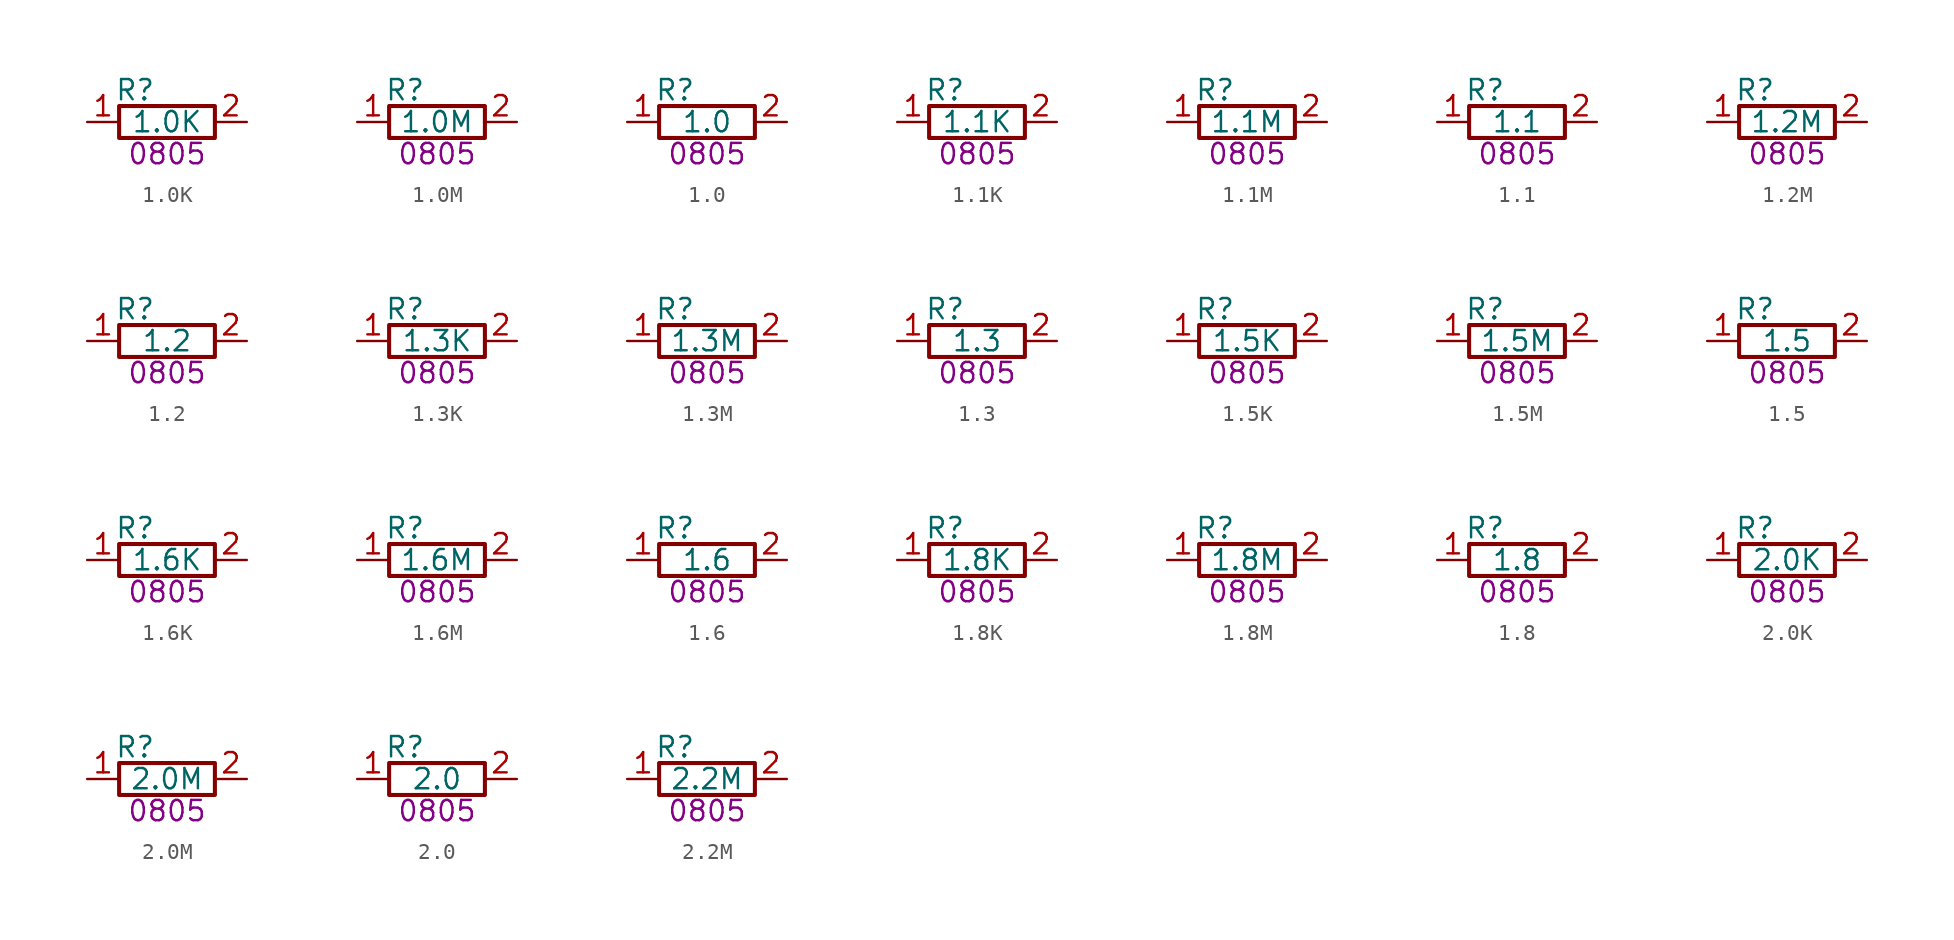
<source format=kicad_sym>
(kicad_symbol_lib
  (version 20211014)
  (generator kicad_symbol_editor)
  (symbol "1.0K"
    (property "Reference" "R"
      (at -2 1 0)
      (effects (font (size 1.27 1.27))))
    (property "Value" "1.0K"
      (at 0 -1 0)
      (effects (font (size 1.27 1.27))))
    (property "Size" "0805"
      (at 0 -3 0)
      (effects (font (size 1.27 1.27))))
    (symbol "1.0K_0_1"
      (rectangle (start -3 0) (end 3 -2) (stroke (width 0.254) (type default) (color 0 0 0 0)) (fill (type none))))
    (symbol "1.0K_1_1"
      (pin passive line (at -5 -1 0) (length 2) (name "~" (effects (font (size 1.27 1.27)))) (number "1" (effects (font (size 1.27 1.27)))))
      (pin passive line (at 5 -1 180) (length 2) (name "~" (effects (font (size 1.27 1.27)))) (number "2" (effects (font (size 1.27 1.27)))))))
  (symbol "1.0M"
    (property "Reference" "R"
      (at -2 1 0)
      (effects (font (size 1.27 1.27))))
    (property "Value" "1.0M"
      (at 0 -1 0)
      (effects (font (size 1.27 1.27))))
    (property "Size" "0805"
      (at 0 -3 0)
      (effects (font (size 1.27 1.27))))
    (symbol "1.0M_0_1"
      (rectangle (start -3 0) (end 3 -2) (stroke (width 0.254) (type default) (color 0 0 0 0)) (fill (type none))))
    (symbol "1.0M_1_1"
      (pin passive line (at -5 -1 0) (length 2) (name "~" (effects (font (size 1.27 1.27)))) (number "1" (effects (font (size 1.27 1.27)))))
      (pin passive line (at 5 -1 180) (length 2) (name "~" (effects (font (size 1.27 1.27)))) (number "2" (effects (font (size 1.27 1.27)))))))
  (symbol "1.0"
    (property "Reference" "R"
      (at -2 1 0)
      (effects (font (size 1.27 1.27))))
    (property "Value" "1.0"
      (at 0 -1 0)
      (effects (font (size 1.27 1.27))))
    (property "Size" "0805"
      (at 0 -3 0)
      (effects (font (size 1.27 1.27))))
    (symbol "1.0_0_1"
      (rectangle (start -3 0) (end 3 -2) (stroke (width 0.254) (type default) (color 0 0 0 0)) (fill (type none))))
    (symbol "1.0_1_1"
      (pin passive line (at -5 -1 0) (length 2) (name "~" (effects (font (size 1.27 1.27)))) (number "1" (effects (font (size 1.27 1.27)))))
      (pin passive line (at 5 -1 180) (length 2) (name "~" (effects (font (size 1.27 1.27)))) (number "2" (effects (font (size 1.27 1.27)))))))
  (symbol "1.1K"
    (property "Reference" "R"
      (at -2 1 0)
      (effects (font (size 1.27 1.27))))
    (property "Value" "1.1K"
      (at 0 -1 0)
      (effects (font (size 1.27 1.27))))
    (property "Size" "0805"
      (at 0 -3 0)
      (effects (font (size 1.27 1.27))))
    (symbol "1.1K_0_1"
      (rectangle (start -3 0) (end 3 -2) (stroke (width 0.254) (type default) (color 0 0 0 0)) (fill (type none))))
    (symbol "1.1K_1_1"
      (pin passive line (at -5 -1 0) (length 2) (name "~" (effects (font (size 1.27 1.27)))) (number "1" (effects (font (size 1.27 1.27)))))
      (pin passive line (at 5 -1 180) (length 2) (name "~" (effects (font (size 1.27 1.27)))) (number "2" (effects (font (size 1.27 1.27)))))))
  (symbol "1.1M"
    (property "Reference" "R"
      (at -2 1 0)
      (effects (font (size 1.27 1.27))))
    (property "Value" "1.1M"
      (at 0 -1 0)
      (effects (font (size 1.27 1.27))))
    (property "Size" "0805"
      (at 0 -3 0)
      (effects (font (size 1.27 1.27))))
    (symbol "1.1M_0_1"
      (rectangle (start -3 0) (end 3 -2) (stroke (width 0.254) (type default) (color 0 0 0 0)) (fill (type none))))
    (symbol "1.1M_1_1"
      (pin passive line (at -5 -1 0) (length 2) (name "~" (effects (font (size 1.27 1.27)))) (number "1" (effects (font (size 1.27 1.27)))))
      (pin passive line (at 5 -1 180) (length 2) (name "~" (effects (font (size 1.27 1.27)))) (number "2" (effects (font (size 1.27 1.27)))))))
  (symbol "1.1"
    (property "Reference" "R"
      (at -2 1 0)
      (effects (font (size 1.27 1.27))))
    (property "Value" "1.1"
      (at 0 -1 0)
      (effects (font (size 1.27 1.27))))
    (property "Size" "0805"
      (at 0 -3 0)
      (effects (font (size 1.27 1.27))))
    (symbol "1.1_0_1"
      (rectangle (start -3 0) (end 3 -2) (stroke (width 0.254) (type default) (color 0 0 0 0)) (fill (type none))))
    (symbol "1.1_1_1"
      (pin passive line (at -5 -1 0) (length 2) (name "~" (effects (font (size 1.27 1.27)))) (number "1" (effects (font (size 1.27 1.27)))))
      (pin passive line (at 5 -1 180) (length 2) (name "~" (effects (font (size 1.27 1.27)))) (number "2" (effects (font (size 1.27 1.27)))))))
  (symbol "1.2M"
    (property "Reference" "R"
      (at -2 1 0)
      (effects (font (size 1.27 1.27))))
    (property "Value" "1.2M"
      (at 0 -1 0)
      (effects (font (size 1.27 1.27))))
    (property "Size" "0805"
      (at 0 -3 0)
      (effects (font (size 1.27 1.27))))
    (symbol "1.2M_0_1"
      (rectangle (start -3 0) (end 3 -2) (stroke (width 0.254) (type default) (color 0 0 0 0)) (fill (type none))))
    (symbol "1.2M_1_1"
      (pin passive line (at -5 -1 0) (length 2) (name "~" (effects (font (size 1.27 1.27)))) (number "1" (effects (font (size 1.27 1.27)))))
      (pin passive line (at 5 -1 180) (length 2) (name "~" (effects (font (size 1.27 1.27)))) (number "2" (effects (font (size 1.27 1.27)))))))
  (symbol "1.2"
    (property "Reference" "R"
      (at -2 1 0)
      (effects (font (size 1.27 1.27))))
    (property "Value" "1.2"
      (at 0 -1 0)
      (effects (font (size 1.27 1.27))))
    (property "Size" "0805"
      (at 0 -3 0)
      (effects (font (size 1.27 1.27))))
    (symbol "1.2_0_1"
      (rectangle (start -3 0) (end 3 -2) (stroke (width 0.254) (type default) (color 0 0 0 0)) (fill (type none))))
    (symbol "1.2_1_1"
      (pin passive line (at -5 -1 0) (length 2) (name "~" (effects (font (size 1.27 1.27)))) (number "1" (effects (font (size 1.27 1.27)))))
      (pin passive line (at 5 -1 180) (length 2) (name "~" (effects (font (size 1.27 1.27)))) (number "2" (effects (font (size 1.27 1.27)))))))
  (symbol "1.3K"
    (property "Reference" "R"
      (at -2 1 0)
      (effects (font (size 1.27 1.27))))
    (property "Value" "1.3K"
      (at 0 -1 0)
      (effects (font (size 1.27 1.27))))
    (property "Size" "0805"
      (at 0 -3 0)
      (effects (font (size 1.27 1.27))))
    (symbol "1.3K_0_1"
      (rectangle (start -3 0) (end 3 -2) (stroke (width 0.254) (type default) (color 0 0 0 0)) (fill (type none))))
    (symbol "1.3K_1_1"
      (pin passive line (at -5 -1 0) (length 2) (name "~" (effects (font (size 1.27 1.27)))) (number "1" (effects (font (size 1.27 1.27)))))
      (pin passive line (at 5 -1 180) (length 2) (name "~" (effects (font (size 1.27 1.27)))) (number "2" (effects (font (size 1.27 1.27)))))))
  (symbol "1.3M"
    (property "Reference" "R"
      (at -2 1 0)
      (effects (font (size 1.27 1.27))))
    (property "Value" "1.3M"
      (at 0 -1 0)
      (effects (font (size 1.27 1.27))))
    (property "Size" "0805"
      (at 0 -3 0)
      (effects (font (size 1.27 1.27))))
    (symbol "1.3M_0_1"
      (rectangle (start -3 0) (end 3 -2) (stroke (width 0.254) (type default) (color 0 0 0 0)) (fill (type none))))
    (symbol "1.3M_1_1"
      (pin passive line (at -5 -1 0) (length 2) (name "~" (effects (font (size 1.27 1.27)))) (number "1" (effects (font (size 1.27 1.27)))))
      (pin passive line (at 5 -1 180) (length 2) (name "~" (effects (font (size 1.27 1.27)))) (number "2" (effects (font (size 1.27 1.27)))))))
  (symbol "1.3"
    (property "Reference" "R"
      (at -2 1 0)
      (effects (font (size 1.27 1.27))))
    (property "Value" "1.3"
      (at 0 -1 0)
      (effects (font (size 1.27 1.27))))
    (property "Size" "0805"
      (at 0 -3 0)
      (effects (font (size 1.27 1.27))))
    (symbol "1.3_0_1"
      (rectangle (start -3 0) (end 3 -2) (stroke (width 0.254) (type default) (color 0 0 0 0)) (fill (type none))))
    (symbol "1.3_1_1"
      (pin passive line (at -5 -1 0) (length 2) (name "~" (effects (font (size 1.27 1.27)))) (number "1" (effects (font (size 1.27 1.27)))))
      (pin passive line (at 5 -1 180) (length 2) (name "~" (effects (font (size 1.27 1.27)))) (number "2" (effects (font (size 1.27 1.27)))))))
  (symbol "1.5K"
    (property "Reference" "R"
      (at -2 1 0)
      (effects (font (size 1.27 1.27))))
    (property "Value" "1.5K"
      (at 0 -1 0)
      (effects (font (size 1.27 1.27))))
    (property "Size" "0805"
      (at 0 -3 0)
      (effects (font (size 1.27 1.27))))
    (symbol "1.5K_0_1"
      (rectangle (start -3 0) (end 3 -2) (stroke (width 0.254) (type default) (color 0 0 0 0)) (fill (type none))))
    (symbol "1.5K_1_1"
      (pin passive line (at -5 -1 0) (length 2) (name "~" (effects (font (size 1.27 1.27)))) (number "1" (effects (font (size 1.27 1.27)))))
      (pin passive line (at 5 -1 180) (length 2) (name "~" (effects (font (size 1.27 1.27)))) (number "2" (effects (font (size 1.27 1.27)))))))
  (symbol "1.5M"
    (property "Reference" "R"
      (at -2 1 0)
      (effects (font (size 1.27 1.27))))
    (property "Value" "1.5M"
      (at 0 -1 0)
      (effects (font (size 1.27 1.27))))
    (property "Size" "0805"
      (at 0 -3 0)
      (effects (font (size 1.27 1.27))))
    (symbol "1.5M_0_1"
      (rectangle (start -3 0) (end 3 -2) (stroke (width 0.254) (type default) (color 0 0 0 0)) (fill (type none))))
    (symbol "1.5M_1_1"
      (pin passive line (at -5 -1 0) (length 2) (name "~" (effects (font (size 1.27 1.27)))) (number "1" (effects (font (size 1.27 1.27)))))
      (pin passive line (at 5 -1 180) (length 2) (name "~" (effects (font (size 1.27 1.27)))) (number "2" (effects (font (size 1.27 1.27)))))))
  (symbol "1.5"
    (property "Reference" "R"
      (at -2 1 0)
      (effects (font (size 1.27 1.27))))
    (property "Value" "1.5"
      (at 0 -1 0)
      (effects (font (size 1.27 1.27))))
    (property "Size" "0805"
      (at 0 -3 0)
      (effects (font (size 1.27 1.27))))
    (symbol "1.5_0_1"
      (rectangle (start -3 0) (end 3 -2) (stroke (width 0.254) (type default) (color 0 0 0 0)) (fill (type none))))
    (symbol "1.5_1_1"
      (pin passive line (at -5 -1 0) (length 2) (name "~" (effects (font (size 1.27 1.27)))) (number "1" (effects (font (size 1.27 1.27)))))
      (pin passive line (at 5 -1 180) (length 2) (name "~" (effects (font (size 1.27 1.27)))) (number "2" (effects (font (size 1.27 1.27)))))))
  (symbol "1.6K"
    (property "Reference" "R"
      (at -2 1 0)
      (effects (font (size 1.27 1.27))))
    (property "Value" "1.6K"
      (at 0 -1 0)
      (effects (font (size 1.27 1.27))))
    (property "Size" "0805"
      (at 0 -3 0)
      (effects (font (size 1.27 1.27))))
    (symbol "1.6K_0_1"
      (rectangle (start -3 0) (end 3 -2) (stroke (width 0.254) (type default) (color 0 0 0 0)) (fill (type none))))
    (symbol "1.6K_1_1"
      (pin passive line (at -5 -1 0) (length 2) (name "~" (effects (font (size 1.27 1.27)))) (number "1" (effects (font (size 1.27 1.27)))))
      (pin passive line (at 5 -1 180) (length 2) (name "~" (effects (font (size 1.27 1.27)))) (number "2" (effects (font (size 1.27 1.27)))))))
  (symbol "1.6M"
    (property "Reference" "R"
      (at -2 1 0)
      (effects (font (size 1.27 1.27))))
    (property "Value" "1.6M"
      (at 0 -1 0)
      (effects (font (size 1.27 1.27))))
    (property "Size" "0805"
      (at 0 -3 0)
      (effects (font (size 1.27 1.27))))
    (symbol "1.6M_0_1"
      (rectangle (start -3 0) (end 3 -2) (stroke (width 0.254) (type default) (color 0 0 0 0)) (fill (type none))))
    (symbol "1.6M_1_1"
      (pin passive line (at -5 -1 0) (length 2) (name "~" (effects (font (size 1.27 1.27)))) (number "1" (effects (font (size 1.27 1.27)))))
      (pin passive line (at 5 -1 180) (length 2) (name "~" (effects (font (size 1.27 1.27)))) (number "2" (effects (font (size 1.27 1.27)))))))
  (symbol "1.6"
    (property "Reference" "R"
      (at -2 1 0)
      (effects (font (size 1.27 1.27))))
    (property "Value" "1.6"
      (at 0 -1 0)
      (effects (font (size 1.27 1.27))))
    (property "Size" "0805"
      (at 0 -3 0)
      (effects (font (size 1.27 1.27))))
    (symbol "1.6_0_1"
      (rectangle (start -3 0) (end 3 -2) (stroke (width 0.254) (type default) (color 0 0 0 0)) (fill (type none))))
    (symbol "1.6_1_1"
      (pin passive line (at -5 -1 0) (length 2) (name "~" (effects (font (size 1.27 1.27)))) (number "1" (effects (font (size 1.27 1.27)))))
      (pin passive line (at 5 -1 180) (length 2) (name "~" (effects (font (size 1.27 1.27)))) (number "2" (effects (font (size 1.27 1.27)))))))
  (symbol "1.8K"
    (property "Reference" "R"
      (at -2 1 0)
      (effects (font (size 1.27 1.27))))
    (property "Value" "1.8K"
      (at 0 -1 0)
      (effects (font (size 1.27 1.27))))
    (property "Size" "0805"
      (at 0 -3 0)
      (effects (font (size 1.27 1.27))))
    (symbol "1.8K_0_1"
      (rectangle (start -3 0) (end 3 -2) (stroke (width 0.254) (type default) (color 0 0 0 0)) (fill (type none))))
    (symbol "1.8K_1_1"
      (pin passive line (at -5 -1 0) (length 2) (name "~" (effects (font (size 1.27 1.27)))) (number "1" (effects (font (size 1.27 1.27)))))
      (pin passive line (at 5 -1 180) (length 2) (name "~" (effects (font (size 1.27 1.27)))) (number "2" (effects (font (size 1.27 1.27)))))))
  (symbol "1.8M"
    (property "Reference" "R"
      (at -2 1 0)
      (effects (font (size 1.27 1.27))))
    (property "Value" "1.8M"
      (at 0 -1 0)
      (effects (font (size 1.27 1.27))))
    (property "Size" "0805"
      (at 0 -3 0)
      (effects (font (size 1.27 1.27))))
    (symbol "1.8M_0_1"
      (rectangle (start -3 0) (end 3 -2) (stroke (width 0.254) (type default) (color 0 0 0 0)) (fill (type none))))
    (symbol "1.8M_1_1"
      (pin passive line (at -5 -1 0) (length 2) (name "~" (effects (font (size 1.27 1.27)))) (number "1" (effects (font (size 1.27 1.27)))))
      (pin passive line (at 5 -1 180) (length 2) (name "~" (effects (font (size 1.27 1.27)))) (number "2" (effects (font (size 1.27 1.27)))))))
  (symbol "1.8"
    (property "Reference" "R"
      (at -2 1 0)
      (effects (font (size 1.27 1.27))))
    (property "Value" "1.8"
      (at 0 -1 0)
      (effects (font (size 1.27 1.27))))
    (property "Size" "0805"
      (at 0 -3 0)
      (effects (font (size 1.27 1.27))))
    (symbol "1.8_0_1"
      (rectangle (start -3 0) (end 3 -2) (stroke (width 0.254) (type default) (color 0 0 0 0)) (fill (type none))))
    (symbol "1.8_1_1"
      (pin passive line (at -5 -1 0) (length 2) (name "~" (effects (font (size 1.27 1.27)))) (number "1" (effects (font (size 1.27 1.27)))))
      (pin passive line (at 5 -1 180) (length 2) (name "~" (effects (font (size 1.27 1.27)))) (number "2" (effects (font (size 1.27 1.27)))))))
  (symbol "2.0K"
    (property "Reference" "R"
      (at -2 1 0)
      (effects (font (size 1.27 1.27))))
    (property "Value" "2.0K"
      (at 0 -1 0)
      (effects (font (size 1.27 1.27))))
    (property "Size" "0805"
      (at 0 -3 0)
      (effects (font (size 1.27 1.27))))
    (symbol "2.0K_0_1"
      (rectangle (start -3 0) (end 3 -2) (stroke (width 0.254) (type default) (color 0 0 0 0)) (fill (type none))))
    (symbol "2.0K_1_1"
      (pin passive line (at -5 -1 0) (length 2) (name "~" (effects (font (size 1.27 1.27)))) (number "1" (effects (font (size 1.27 1.27)))))
      (pin passive line (at 5 -1 180) (length 2) (name "~" (effects (font (size 1.27 1.27)))) (number "2" (effects (font (size 1.27 1.27)))))))
  (symbol "2.0M"
    (property "Reference" "R"
      (at -2 1 0)
      (effects (font (size 1.27 1.27))))
    (property "Value" "2.0M"
      (at 0 -1 0)
      (effects (font (size 1.27 1.27))))
    (property "Size" "0805"
      (at 0 -3 0)
      (effects (font (size 1.27 1.27))))
    (symbol "2.0M_0_1"
      (rectangle (start -3 0) (end 3 -2) (stroke (width 0.254) (type default) (color 0 0 0 0)) (fill (type none))))
    (symbol "2.0M_1_1"
      (pin passive line (at -5 -1 0) (length 2) (name "~" (effects (font (size 1.27 1.27)))) (number "1" (effects (font (size 1.27 1.27)))))
      (pin passive line (at 5 -1 180) (length 2) (name "~" (effects (font (size 1.27 1.27)))) (number "2" (effects (font (size 1.27 1.27)))))))
  (symbol "2.0"
    (property "Reference" "R"
      (at -2 1 0)
      (effects (font (size 1.27 1.27))))
    (property "Value" "2.0"
      (at 0 -1 0)
      (effects (font (size 1.27 1.27))))
    (property "Size" "0805"
      (at 0 -3 0)
      (effects (font (size 1.27 1.27))))
    (symbol "2.0_0_1"
      (rectangle (start -3 0) (end 3 -2) (stroke (width 0.254) (type default) (color 0 0 0 0)) (fill (type none))))
    (symbol "2.0_1_1"
      (pin passive line (at -5 -1 0) (length 2) (name "~" (effects (font (size 1.27 1.27)))) (number "1" (effects (font (size 1.27 1.27)))))
      (pin passive line (at 5 -1 180) (length 2) (name "~" (effects (font (size 1.27 1.27)))) (number "2" (effects (font (size 1.27 1.27)))))))
  (symbol "2.2M"
    (property "Reference" "R"
      (at -2 1 0)
      (effects (font (size 1.27 1.27))))
    (property "Value" "2.2M"
      (at 0 -1 0)
      (effects (font (size 1.27 1.27))))
    (property "Size" "0805"
      (at 0 -3 0)
      (effects (font (size 1.27 1.27))))
    (symbol "2.2M_0_1"
      (rectangle (start -3 0) (end 3 -2) (stroke (width 0.254) (type default) (color 0 0 0 0)) (fill (type none))))
    (symbol "2.2M_1_1"
      (pin passive line (at -5 -1 0) (length 2) (name "~" (effects (font (size 1.27 1.27)))) (number "1" (effects (font (size 1.27 1.27)))))
      (pin passive line (at 5 -1 180) (length 2) (name "~" (effects (font (size 1.27 1.27)))) (number "2" (effects (font (size 1.27 1.27))))))))
</source>
